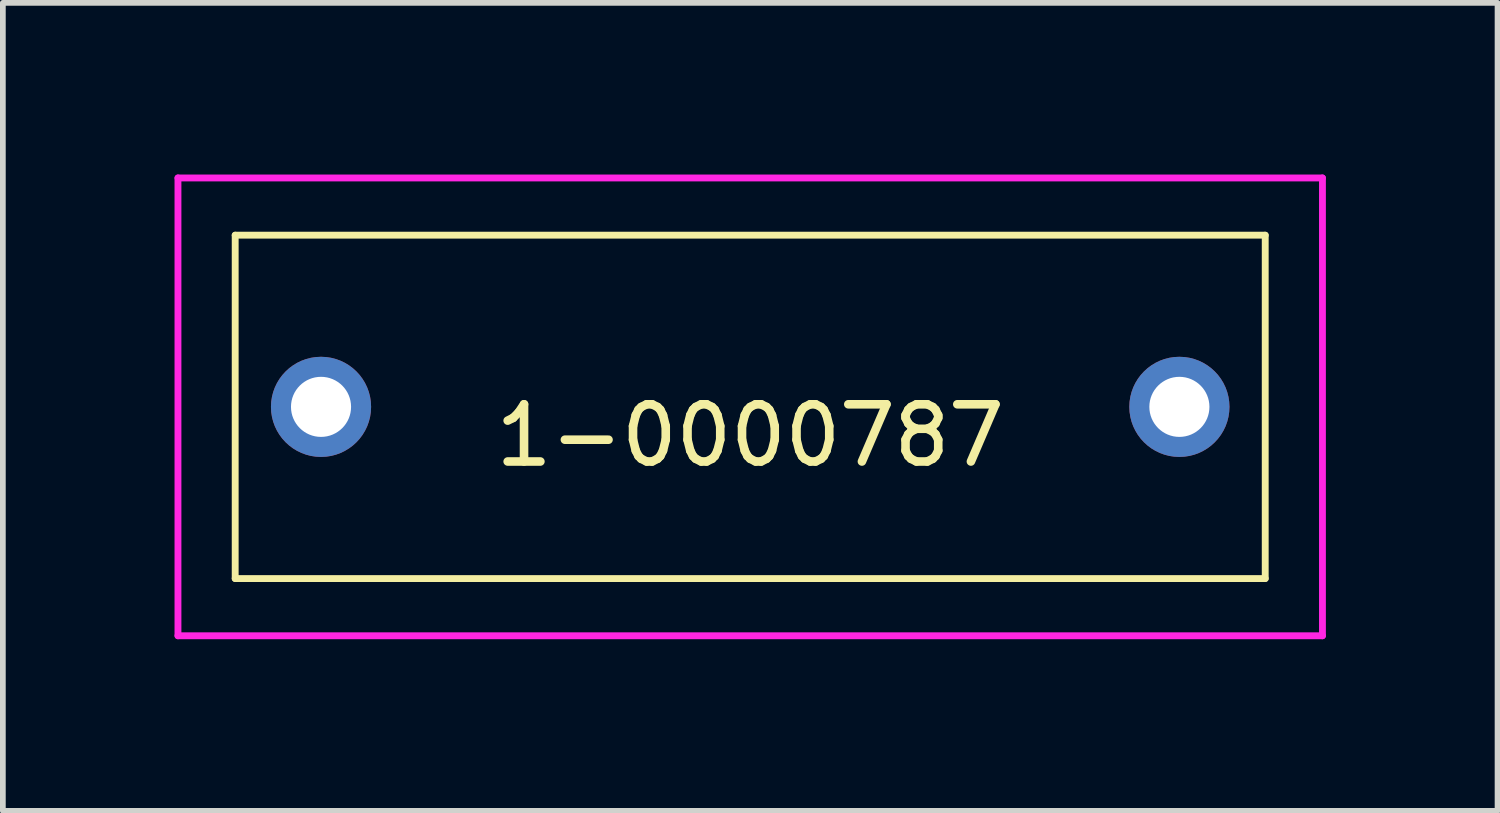
<source format=kicad_pcb>
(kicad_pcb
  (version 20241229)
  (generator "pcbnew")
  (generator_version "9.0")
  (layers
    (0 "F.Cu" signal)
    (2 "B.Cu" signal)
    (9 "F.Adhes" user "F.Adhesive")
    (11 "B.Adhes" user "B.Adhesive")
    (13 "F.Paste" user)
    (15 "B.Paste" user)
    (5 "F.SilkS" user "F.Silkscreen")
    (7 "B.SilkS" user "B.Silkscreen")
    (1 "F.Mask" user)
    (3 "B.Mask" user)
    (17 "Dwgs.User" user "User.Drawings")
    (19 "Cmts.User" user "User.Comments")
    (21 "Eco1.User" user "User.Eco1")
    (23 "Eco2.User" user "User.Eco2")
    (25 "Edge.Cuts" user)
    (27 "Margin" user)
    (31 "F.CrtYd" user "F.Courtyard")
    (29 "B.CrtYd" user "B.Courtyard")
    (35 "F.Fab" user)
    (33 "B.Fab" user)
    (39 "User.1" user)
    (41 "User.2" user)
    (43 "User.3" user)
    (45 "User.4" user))
  (footprint "1-0000787"
    (layer "F.Cu")
    (at 10.06 4.06)
    (property "Reference" "1-0000787" (at 0 0.5 0) (layer "F.SilkS") (effects (font (size 1 1) (thickness 0.15))))
    (attr through_hole)
    (fp_line (start -9 -3) (end 9 -3) (stroke (width 0.12) (type solid)) (layer "F.SilkS"))
    (fp_line (start -9 3) (end -9 -3) (stroke (width 0.12) (type solid)) (layer "F.SilkS"))
    (fp_line (start 9 -3) (end 9 3) (stroke (width 0.12) (type solid)) (layer "F.SilkS"))
    (fp_line (start 9 3) (end -9 3) (stroke (width 0.12) (type solid)) (layer "F.SilkS"))
    (fp_line (start -10 -4) (end 10 -4) (stroke (width 0.12) (type solid)) (layer "F.CrtYd"))
    (fp_line (start -10 4) (end -10 -4) (stroke (width 0.12) (type solid)) (layer "F.CrtYd"))
    (fp_line (start 10 -4) (end 10 4) (stroke (width 0.12) (type solid)) (layer "F.CrtYd"))
    (fp_line (start 10 4) (end -10 4) (stroke (width 0.12) (type solid)) (layer "F.CrtYd"))
    (pad "1" thru_hole circle (at -7.5 0) (size 1.75 1.75) (drill 1.05) (layers "*.Cu" "*.Mask"))
    (pad "2" thru_hole circle (at 7.5 0) (size 1.75 1.75) (drill 1.05) (layers "*.Cu" "*.Mask")))
  (gr_rect
    (start -3 -3)
    (end 23.12 11.12)
    (stroke (width 0.1) (type default))
    (fill no)
    (layer "Edge.Cuts")))
</source>
